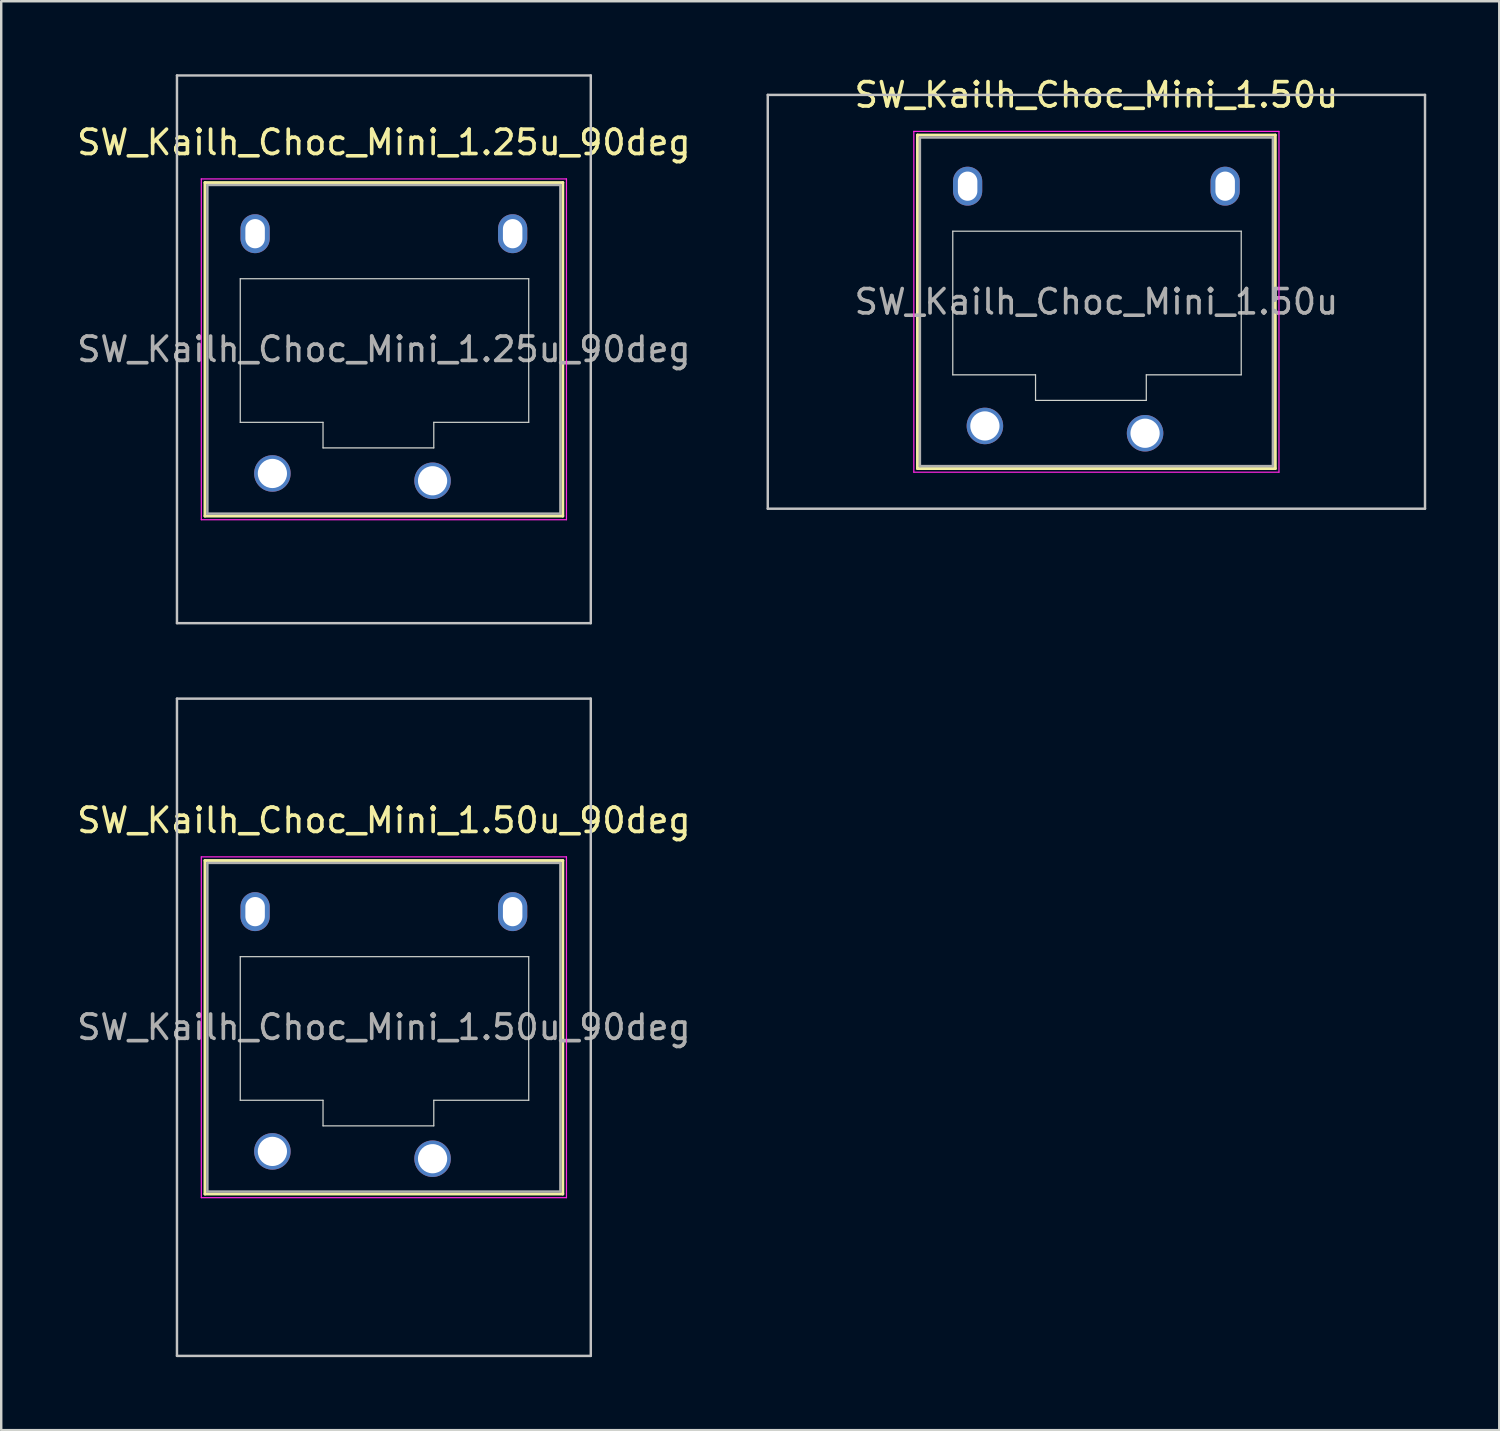
<source format=kicad_pcb>
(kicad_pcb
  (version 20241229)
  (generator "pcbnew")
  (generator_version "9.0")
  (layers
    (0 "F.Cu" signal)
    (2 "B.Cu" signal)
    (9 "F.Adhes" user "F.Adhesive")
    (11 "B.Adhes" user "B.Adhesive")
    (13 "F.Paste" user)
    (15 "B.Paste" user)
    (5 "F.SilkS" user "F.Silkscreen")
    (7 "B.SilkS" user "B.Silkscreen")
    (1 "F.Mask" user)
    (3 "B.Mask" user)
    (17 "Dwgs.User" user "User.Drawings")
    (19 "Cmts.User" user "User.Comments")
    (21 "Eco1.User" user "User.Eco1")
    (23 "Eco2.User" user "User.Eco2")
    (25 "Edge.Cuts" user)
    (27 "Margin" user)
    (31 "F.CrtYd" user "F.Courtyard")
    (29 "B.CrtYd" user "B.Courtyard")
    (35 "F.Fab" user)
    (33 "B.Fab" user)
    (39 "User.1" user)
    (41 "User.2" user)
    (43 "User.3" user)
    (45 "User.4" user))
  (footprint "SW_Kailh_Choc_Mini_1.25u_90deg"
    (layer "F.Cu")
    (at 12.72 11.3)
    (property "Reference" "SW_Kailh_Choc_Mini_1.25u_90deg" (at 0 -8.5 0) (layer "F.SilkS") (effects (font (size 1 1) (thickness 0.15))))
    (attr through_hole)
    (fp_line (start -7.35 -6.85) (end -7.35 6.85) (stroke (width 0.12) (type solid)) (layer "F.SilkS"))
    (fp_line (start -7.35 6.85) (end 7.35 6.85) (stroke (width 0.12) (type solid)) (layer "F.SilkS"))
    (fp_line (start 7.35 -6.85) (end -7.35 -6.85) (stroke (width 0.12) (type solid)) (layer "F.SilkS"))
    (fp_line (start 7.35 6.85) (end 7.35 -6.85) (stroke (width 0.12) (type solid)) (layer "F.SilkS"))
    (fp_line (start -8.5 -11.25) (end 8.5 -11.25) (stroke (width 0.1) (type solid)) (layer "Dwgs.User"))
    (fp_line (start -8.5 11.25) (end -8.5 -11.25) (stroke (width 0.1) (type solid)) (layer "Dwgs.User"))
    (fp_line (start 8.5 -11.25) (end 8.5 11.25) (stroke (width 0.1) (type solid)) (layer "Dwgs.User"))
    (fp_line (start 8.5 11.25) (end -8.5 11.25) (stroke (width 0.1) (type solid)) (layer "Dwgs.User"))
    (fp_line (start -6.85 -6.35) (end -6.85 6.35) (stroke (width 0.1) (type solid)) (layer "Eco1.User"))
    (fp_line (start -6.85 6.35) (end 6.85 6.35) (stroke (width 0.1) (type solid)) (layer "Eco1.User"))
    (fp_line (start 6.85 -6.35) (end -6.85 -6.35) (stroke (width 0.1) (type solid)) (layer "Eco1.User"))
    (fp_line (start 6.85 6.35) (end 6.85 -6.35) (stroke (width 0.1) (type solid)) (layer "Eco1.User"))
    (fp_line (start -5.9 -2.9) (end -5.9 3) (stroke (width 0.05) (type solid)) (layer "Edge.Cuts"))
    (fp_line (start -5.9 3) (end -2.5 3) (stroke (width 0.05) (type solid)) (layer "Edge.Cuts"))
    (fp_line (start -2.5 3) (end -2.5 4.05) (stroke (width 0.05) (type solid)) (layer "Edge.Cuts"))
    (fp_line (start -2.5 4.05) (end 2.05 4.05) (stroke (width 0.05) (type solid)) (layer "Edge.Cuts"))
    (fp_line (start 2.05 3) (end 5.95 3) (stroke (width 0.05) (type solid)) (layer "Edge.Cuts"))
    (fp_line (start 2.05 4.05) (end 2.05 3) (stroke (width 0.05) (type solid)) (layer "Edge.Cuts"))
    (fp_line (start 5.95 -2.9) (end -5.9 -2.9) (stroke (width 0.05) (type solid)) (layer "Edge.Cuts"))
    (fp_line (start 5.95 3) (end 5.95 -2.9) (stroke (width 0.05) (type solid)) (layer "Edge.Cuts"))
    (fp_line (start -7.5 -7) (end -7.5 7) (stroke (width 0.05) (type solid)) (layer "F.CrtYd"))
    (fp_line (start -7.5 7) (end 7.5 7) (stroke (width 0.05) (type solid)) (layer "F.CrtYd"))
    (fp_line (start 7.5 -7) (end -7.5 -7) (stroke (width 0.05) (type solid)) (layer "F.CrtYd"))
    (fp_line (start 7.5 7) (end 7.5 -7) (stroke (width 0.05) (type solid)) (layer "F.CrtYd"))
    (fp_line (start -7.25 -6.75) (end -7.25 6.75) (stroke (width 0.1) (type solid)) (layer "F.Fab"))
    (fp_line (start -7.25 6.75) (end 7.25 6.75) (stroke (width 0.1) (type solid)) (layer "F.Fab"))
    (fp_line (start 7.25 -6.75) (end -7.25 -6.75) (stroke (width 0.1) (type solid)) (layer "F.Fab"))
    (fp_line (start 7.25 6.75) (end 7.25 -6.75) (stroke (width 0.1) (type solid)) (layer "F.Fab"))
    (fp_text user "${REFERENCE}" (at 0 0 0) (layer "F.Fab") (effects (font (size 1 1) (thickness 0.15))))
    (pad "" np_thru_hole oval (at -5.29 -4.75) (size 1.2 1.6) (drill oval 0.8 1.2) (layers "*.Cu" "*.Mask"))
    (pad "" smd circle (at -4.58 5.1) (size 1.25 1.25) (layers "F.Mask"))
    (pad "" smd circle (at 2 5.4) (size 1.25 1.25) (layers "F.Mask"))
    (pad "" np_thru_hole oval (at 5.29 -4.75) (size 1.2 1.6) (drill oval 0.8 1.2) (layers "*.Cu" "*.Mask"))
    (pad "1" thru_hole circle (at 2 5.4) (size 1.5 1.5) (drill 1.2) (layers "*.Cu" "B.Mask"))
    (pad "2" thru_hole circle (at -4.58 5.1) (size 1.5 1.5) (drill 1.2) (layers "*.Cu" "B.Mask")))
  (footprint "SW_Kailh_Choc_Mini_1.50u_90deg"
    (layer "F.Cu")
    (at 12.72 39.15)
    (property "Reference" "SW_Kailh_Choc_Mini_1.50u_90deg" (at 0 -8.5 0) (layer "F.SilkS") (effects (font (size 1 1) (thickness 0.15))))
    (attr through_hole)
    (fp_line (start -7.35 -6.85) (end -7.35 6.85) (stroke (width 0.12) (type solid)) (layer "F.SilkS"))
    (fp_line (start -7.35 6.85) (end 7.35 6.85) (stroke (width 0.12) (type solid)) (layer "F.SilkS"))
    (fp_line (start 7.35 -6.85) (end -7.35 -6.85) (stroke (width 0.12) (type solid)) (layer "F.SilkS"))
    (fp_line (start 7.35 6.85) (end 7.35 -6.85) (stroke (width 0.12) (type solid)) (layer "F.SilkS"))
    (fp_line (start -8.5 -13.5) (end 8.5 -13.5) (stroke (width 0.1) (type solid)) (layer "Dwgs.User"))
    (fp_line (start -8.5 13.5) (end -8.5 -13.5) (stroke (width 0.1) (type solid)) (layer "Dwgs.User"))
    (fp_line (start 8.5 -13.5) (end 8.5 13.5) (stroke (width 0.1) (type solid)) (layer "Dwgs.User"))
    (fp_line (start 8.5 13.5) (end -8.5 13.5) (stroke (width 0.1) (type solid)) (layer "Dwgs.User"))
    (fp_line (start -6.85 -6.35) (end -6.85 6.35) (stroke (width 0.1) (type solid)) (layer "Eco1.User"))
    (fp_line (start -6.85 6.35) (end 6.85 6.35) (stroke (width 0.1) (type solid)) (layer "Eco1.User"))
    (fp_line (start 6.85 -6.35) (end -6.85 -6.35) (stroke (width 0.1) (type solid)) (layer "Eco1.User"))
    (fp_line (start 6.85 6.35) (end 6.85 -6.35) (stroke (width 0.1) (type solid)) (layer "Eco1.User"))
    (fp_line (start -5.9 -2.9) (end -5.9 3) (stroke (width 0.05) (type solid)) (layer "Edge.Cuts"))
    (fp_line (start -5.9 3) (end -2.5 3) (stroke (width 0.05) (type solid)) (layer "Edge.Cuts"))
    (fp_line (start -2.5 3) (end -2.5 4.05) (stroke (width 0.05) (type solid)) (layer "Edge.Cuts"))
    (fp_line (start -2.5 4.05) (end 2.05 4.05) (stroke (width 0.05) (type solid)) (layer "Edge.Cuts"))
    (fp_line (start 2.05 3) (end 5.95 3) (stroke (width 0.05) (type solid)) (layer "Edge.Cuts"))
    (fp_line (start 2.05 4.05) (end 2.05 3) (stroke (width 0.05) (type solid)) (layer "Edge.Cuts"))
    (fp_line (start 5.95 -2.9) (end -5.9 -2.9) (stroke (width 0.05) (type solid)) (layer "Edge.Cuts"))
    (fp_line (start 5.95 3) (end 5.95 -2.9) (stroke (width 0.05) (type solid)) (layer "Edge.Cuts"))
    (fp_line (start -7.5 -7) (end -7.5 7) (stroke (width 0.05) (type solid)) (layer "F.CrtYd"))
    (fp_line (start -7.5 7) (end 7.5 7) (stroke (width 0.05) (type solid)) (layer "F.CrtYd"))
    (fp_line (start 7.5 -7) (end -7.5 -7) (stroke (width 0.05) (type solid)) (layer "F.CrtYd"))
    (fp_line (start 7.5 7) (end 7.5 -7) (stroke (width 0.05) (type solid)) (layer "F.CrtYd"))
    (fp_line (start -7.25 -6.75) (end -7.25 6.75) (stroke (width 0.1) (type solid)) (layer "F.Fab"))
    (fp_line (start -7.25 6.75) (end 7.25 6.75) (stroke (width 0.1) (type solid)) (layer "F.Fab"))
    (fp_line (start 7.25 -6.75) (end -7.25 -6.75) (stroke (width 0.1) (type solid)) (layer "F.Fab"))
    (fp_line (start 7.25 6.75) (end 7.25 -6.75) (stroke (width 0.1) (type solid)) (layer "F.Fab"))
    (fp_text user "${REFERENCE}" (at 0 0 0) (layer "F.Fab") (effects (font (size 1 1) (thickness 0.15))))
    (pad "" np_thru_hole oval (at -5.29 -4.75) (size 1.2 1.6) (drill oval 0.8 1.2) (layers "*.Cu" "*.Mask"))
    (pad "" smd circle (at -4.58 5.1) (size 1.25 1.25) (layers "F.Mask"))
    (pad "" smd circle (at 2 5.4) (size 1.25 1.25) (layers "F.Mask"))
    (pad "" np_thru_hole oval (at 5.29 -4.75) (size 1.2 1.6) (drill oval 0.8 1.2) (layers "*.Cu" "*.Mask"))
    (pad "1" thru_hole circle (at 2 5.4) (size 1.5 1.5) (drill 1.2) (layers "*.Cu" "B.Mask"))
    (pad "2" thru_hole circle (at -4.58 5.1) (size 1.5 1.5) (drill 1.2) (layers "*.Cu" "B.Mask")))
  (footprint "SW_Kailh_Choc_Mini_1.50u"
    (layer "F.Cu")
    (at 41.99 9.348)
    (property "Reference" "SW_Kailh_Choc_Mini_1.50u" (at 0 -8.5 0) (layer "F.SilkS") (effects (font (size 1 1) (thickness 0.15))))
    (attr through_hole)
    (fp_line (start -7.35 -6.85) (end -7.35 6.85) (stroke (width 0.12) (type solid)) (layer "F.SilkS"))
    (fp_line (start -7.35 6.85) (end 7.35 6.85) (stroke (width 0.12) (type solid)) (layer "F.SilkS"))
    (fp_line (start 7.35 -6.85) (end -7.35 -6.85) (stroke (width 0.12) (type solid)) (layer "F.SilkS"))
    (fp_line (start 7.35 6.85) (end 7.35 -6.85) (stroke (width 0.12) (type solid)) (layer "F.SilkS"))
    (fp_line (start -13.5 -8.5) (end -13.5 8.5) (stroke (width 0.1) (type solid)) (layer "Dwgs.User"))
    (fp_line (start -13.5 8.5) (end 13.5 8.5) (stroke (width 0.1) (type solid)) (layer "Dwgs.User"))
    (fp_line (start 13.5 -8.5) (end -13.5 -8.5) (stroke (width 0.1) (type solid)) (layer "Dwgs.User"))
    (fp_line (start 13.5 8.5) (end 13.5 -8.5) (stroke (width 0.1) (type solid)) (layer "Dwgs.User"))
    (fp_line (start -6.85 -6.35) (end -6.85 6.35) (stroke (width 0.1) (type solid)) (layer "Eco1.User"))
    (fp_line (start -6.85 6.35) (end 6.85 6.35) (stroke (width 0.1) (type solid)) (layer "Eco1.User"))
    (fp_line (start 6.85 -6.35) (end -6.85 -6.35) (stroke (width 0.1) (type solid)) (layer "Eco1.User"))
    (fp_line (start 6.85 6.35) (end 6.85 -6.35) (stroke (width 0.1) (type solid)) (layer "Eco1.User"))
    (fp_line (start -5.9 -2.9) (end -5.9 3) (stroke (width 0.05) (type solid)) (layer "Edge.Cuts"))
    (fp_line (start -5.9 3) (end -2.5 3) (stroke (width 0.05) (type solid)) (layer "Edge.Cuts"))
    (fp_line (start -2.5 3) (end -2.5 4.05) (stroke (width 0.05) (type solid)) (layer "Edge.Cuts"))
    (fp_line (start -2.5 4.05) (end 2.05 4.05) (stroke (width 0.05) (type solid)) (layer "Edge.Cuts"))
    (fp_line (start 2.05 3) (end 5.95 3) (stroke (width 0.05) (type solid)) (layer "Edge.Cuts"))
    (fp_line (start 2.05 4.05) (end 2.05 3) (stroke (width 0.05) (type solid)) (layer "Edge.Cuts"))
    (fp_line (start 5.95 -2.9) (end -5.9 -2.9) (stroke (width 0.05) (type solid)) (layer "Edge.Cuts"))
    (fp_line (start 5.95 3) (end 5.95 -2.9) (stroke (width 0.05) (type solid)) (layer "Edge.Cuts"))
    (fp_line (start -7.5 -7) (end -7.5 7) (stroke (width 0.05) (type solid)) (layer "F.CrtYd"))
    (fp_line (start -7.5 7) (end 7.5 7) (stroke (width 0.05) (type solid)) (layer "F.CrtYd"))
    (fp_line (start 7.5 -7) (end -7.5 -7) (stroke (width 0.05) (type solid)) (layer "F.CrtYd"))
    (fp_line (start 7.5 7) (end 7.5 -7) (stroke (width 0.05) (type solid)) (layer "F.CrtYd"))
    (fp_line (start -7.25 -6.75) (end -7.25 6.75) (stroke (width 0.1) (type solid)) (layer "F.Fab"))
    (fp_line (start -7.25 6.75) (end 7.25 6.75) (stroke (width 0.1) (type solid)) (layer "F.Fab"))
    (fp_line (start 7.25 -6.75) (end -7.25 -6.75) (stroke (width 0.1) (type solid)) (layer "F.Fab"))
    (fp_line (start 7.25 6.75) (end 7.25 -6.75) (stroke (width 0.1) (type solid)) (layer "F.Fab"))
    (fp_text user "${REFERENCE}" (at 0 0 0) (layer "F.Fab") (effects (font (size 1 1) (thickness 0.15))))
    (pad "" np_thru_hole oval (at -5.29 -4.75) (size 1.2 1.6) (drill oval 0.8 1.2) (layers "*.Cu" "*.Mask"))
    (pad "" smd circle (at -4.58 5.1) (size 1.25 1.25) (layers "F.Mask"))
    (pad "" smd circle (at 2 5.4) (size 1.25 1.25) (layers "F.Mask"))
    (pad "" np_thru_hole oval (at 5.29 -4.75) (size 1.2 1.6) (drill oval 0.8 1.2) (layers "*.Cu" "*.Mask"))
    (pad "1" thru_hole circle (at 2 5.4) (size 1.5 1.5) (drill 1.2) (layers "*.Cu" "B.Mask"))
    (pad "2" thru_hole circle (at -4.58 5.1) (size 1.5 1.5) (drill 1.2) (layers "*.Cu" "B.Mask")))
  (gr_rect
    (start -3 -3)
    (end 58.54 55.7)
    (stroke (width 0.1) (type default))
    (fill no)
    (layer "Edge.Cuts")))
</source>
